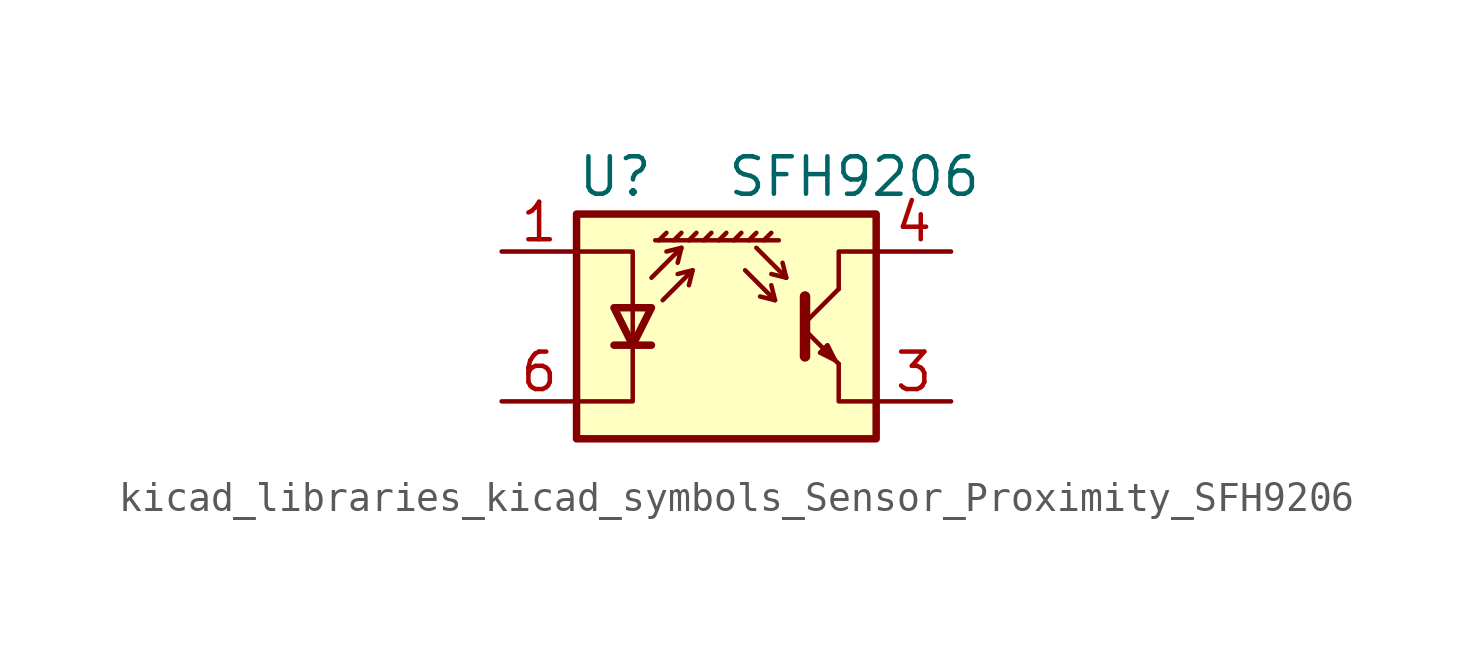
<source format=kicad_sym>
(kicad_symbol_lib
  (version 20220914)
  (generator kicad_symbol_editor)
  (symbol "kicad_libraries_kicad_symbols_Sensor_Proximity_SFH9206"
    (pin_names
      (offset 0.025) hide)
    (property "Reference" "U"
      (at -5.08 5.08 0)
      (effects (font (size 1.27 1.27)) (justify left)))
    (property "Value" "SFH9206"
      (at 0 5.08 0)
      (effects (font (size 1.27 1.27)) (justify left)))
    (symbol "kicad_libraries_kicad_symbols_Sensor_Proximity_SFH9206_0_1"
      (polyline (pts (xy -3.81 -0.635) (xy -2.54 -0.635)) (stroke (width 0.254) (type default)) (fill (type none)))
      (polyline (pts (xy -2.286 2.921) (xy -2.032 3.175)) (stroke (width 0) (type default)) (fill (type none)))
      (polyline (pts (xy -1.778 2.921) (xy -1.524 3.175)) (stroke (width 0) (type default)) (fill (type none)))
      (polyline (pts (xy -1.524 2.667) (xy -1.651 2.159)) (stroke (width 0) (type default)) (fill (type none)))
      (polyline (pts (xy -1.27 2.921) (xy -1.016 3.175)) (stroke (width 0) (type default)) (fill (type none)))
      (polyline (pts (xy -1.143 1.905) (xy -1.27 1.397)) (stroke (width 0) (type default)) (fill (type none)))
      (polyline (pts (xy -0.762 2.921) (xy -0.508 3.175)) (stroke (width 0) (type default)) (fill (type none)))
      (polyline (pts (xy -0.254 2.921) (xy 0 3.175)) (stroke (width 0) (type default)) (fill (type none)))
      (polyline (pts (xy 0.254 2.921) (xy 0.508 3.175)) (stroke (width 0) (type default)) (fill (type none)))
      (polyline (pts (xy 0.762 2.921) (xy 1.016 3.175)) (stroke (width 0) (type default)) (fill (type none)))
      (polyline (pts (xy 1.27 2.921) (xy 1.524 3.175)) (stroke (width 0) (type default)) (fill (type none)))
      (polyline (pts (xy 1.651 0.889) (xy 1.143 1.016)) (stroke (width 0) (type default)) (fill (type none)))
      (polyline (pts (xy 1.778 2.921) (xy -2.413 2.921)) (stroke (width 0) (type default)) (fill (type none)))
      (polyline (pts (xy 2.032 1.651) (xy 1.524 1.778)) (stroke (width 0) (type default)) (fill (type none)))
      (polyline (pts (xy 2.667 -0.127) (xy 3.81 -1.27)) (stroke (width 0) (type default)) (fill (type none)))
      (polyline (pts (xy 2.667 0.127) (xy 3.81 1.27)) (stroke (width 0) (type default)) (fill (type none)))
      (polyline (pts (xy -2.54 1.651) (xy -1.524 2.667) (xy -2.032 2.54)) (stroke (width 0) (type default)) (fill (type none)))
      (polyline (pts (xy -2.159 0.889) (xy -1.143 1.905) (xy -1.651 1.778)) (stroke (width 0) (type default)) (fill (type none)))
      (polyline (pts (xy 0.635 1.905) (xy 1.651 0.889) (xy 1.524 1.397)) (stroke (width 0) (type default)) (fill (type none)))
      (polyline (pts (xy 1.016 2.667) (xy 2.032 1.651) (xy 1.905 2.159)) (stroke (width 0) (type default)) (fill (type none)))
      (polyline (pts (xy 2.667 1.016) (xy 2.667 -1.016) (xy 2.667 -1.016)) (stroke (width 0.356) (type default)) (fill (type none)))
      (polyline (pts (xy 3.81 -1.27) (xy 3.81 -2.54) (xy 5.08 -2.54)) (stroke (width 0) (type default)) (fill (type none)))
      (polyline (pts (xy 3.81 1.27) (xy 3.81 2.54) (xy 5.08 2.54)) (stroke (width 0) (type default)) (fill (type none)))
      (polyline (pts (xy -5.08 -2.54) (xy -3.175 -2.54) (xy -3.175 2.54) (xy -5.08 2.54)) (stroke (width 0) (type default)) (fill (type none)))
      (polyline (pts (xy -3.175 -0.635) (xy -3.81 0.635) (xy -2.54 0.635) (xy -3.175 -0.635)) (stroke (width 0.254) (type default)) (fill (type none)))
      (polyline (pts (xy 3.683 -1.143) (xy 3.429 -0.635) (xy 3.175 -0.889) (xy 3.683 -1.143)) (stroke (width 0) (type default)) (fill (type none)))
      (polyline (pts (xy -5.08 -3.81) (xy 5.08 -3.81) (xy 5.08 3.81) (xy -5.08 3.81) (xy -5.08 -3.81)) (stroke (width 0.254) (type default)) (fill (type background))))
    (symbol "kicad_libraries_kicad_symbols_Sensor_Proximity_SFH9206_1_1"
      (pin passive line (at -7.62 2.54 0) (length 2.54) (name "A" (effects (font (size 1.27 1.27)))) (number "1" (effects (font (size 1.27 1.27)))))
      (pin no_connect line (at -5.08 0 0) (length 2.54) hide (name "NC" (effects (font (size 1.27 1.27)))) (number "2" (effects (font (size 1.27 1.27)))))
      (pin open_emitter line (at 7.62 -2.54 180) (length 2.54) (name "E" (effects (font (size 1.27 1.27)))) (number "3" (effects (font (size 1.27 1.27)))))
      (pin open_collector line (at 7.62 2.54 180) (length 2.54) (name "C" (effects (font (size 1.27 1.27)))) (number "4" (effects (font (size 1.27 1.27)))))
      (pin no_connect line (at 5.08 0 180) (length 2.54) hide (name "NC" (effects (font (size 1.27 1.27)))) (number "5" (effects (font (size 1.27 1.27)))))
      (pin passive line (at -7.62 -2.54 0) (length 2.54) (name "K" (effects (font (size 1.27 1.27)))) (number "6" (effects (font (size 1.27 1.27))))))))
</source>
